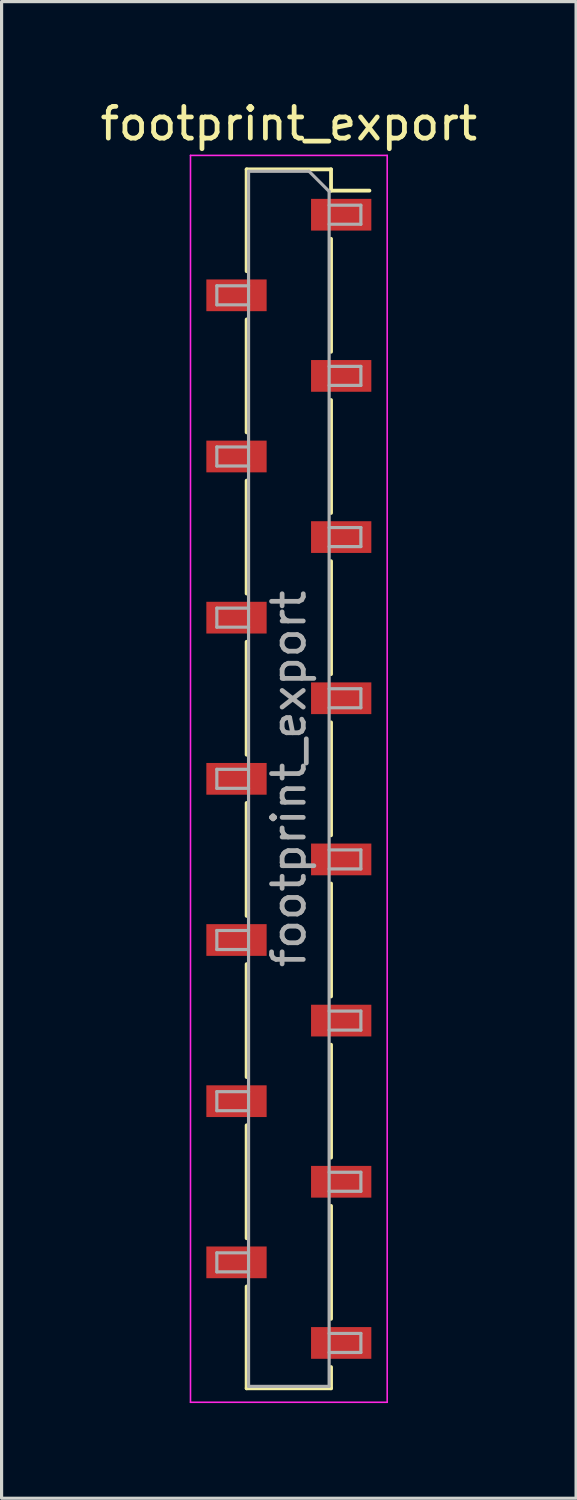
<source format=kicad_pcb>
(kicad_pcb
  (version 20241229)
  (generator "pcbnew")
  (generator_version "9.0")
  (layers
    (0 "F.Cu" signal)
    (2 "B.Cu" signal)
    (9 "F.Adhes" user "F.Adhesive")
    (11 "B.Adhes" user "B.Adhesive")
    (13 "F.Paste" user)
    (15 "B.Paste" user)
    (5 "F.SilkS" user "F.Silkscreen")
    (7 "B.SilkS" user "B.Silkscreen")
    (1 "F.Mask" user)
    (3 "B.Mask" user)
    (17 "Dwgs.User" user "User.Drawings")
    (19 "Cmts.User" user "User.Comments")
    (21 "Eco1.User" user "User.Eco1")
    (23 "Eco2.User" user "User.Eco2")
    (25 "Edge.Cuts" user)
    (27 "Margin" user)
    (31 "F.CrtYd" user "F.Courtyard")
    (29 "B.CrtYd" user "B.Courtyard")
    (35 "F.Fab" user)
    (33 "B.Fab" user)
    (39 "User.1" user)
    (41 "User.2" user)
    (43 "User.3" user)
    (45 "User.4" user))
  (footprint "footprint_export"
    (layer "F.Cu")
    (at 6.054 21.498)
    (property "Reference" "footprint_export" (at 0 -20.65 0) (layer "F.SilkS") (effects (font (size 1 1) (thickness 0.15))))
    (attr smd)
    (fp_line (start -1.33 -19.21) (end -1.33 -16) (stroke (width 0.12) (type solid)) (layer "F.SilkS"))
    (fp_line (start -1.33 -19.21) (end 1.33 -19.21) (stroke (width 0.12) (type solid)) (layer "F.SilkS"))
    (fp_line (start -1.33 -14.48) (end -1.33 -10.92) (stroke (width 0.12) (type solid)) (layer "F.SilkS"))
    (fp_line (start -1.33 -9.4) (end -1.33 -5.84) (stroke (width 0.12) (type solid)) (layer "F.SilkS"))
    (fp_line (start -1.33 -4.32) (end -1.33 -0.76) (stroke (width 0.12) (type solid)) (layer "F.SilkS"))
    (fp_line (start -1.33 0.76) (end -1.33 4.32) (stroke (width 0.12) (type solid)) (layer "F.SilkS"))
    (fp_line (start -1.33 5.84) (end -1.33 9.4) (stroke (width 0.12) (type solid)) (layer "F.SilkS"))
    (fp_line (start -1.33 10.92) (end -1.33 14.48) (stroke (width 0.12) (type solid)) (layer "F.SilkS"))
    (fp_line (start -1.33 16) (end -1.33 19.21) (stroke (width 0.12) (type solid)) (layer "F.SilkS"))
    (fp_line (start -1.33 19.21) (end 1.33 19.21) (stroke (width 0.12) (type solid)) (layer "F.SilkS"))
    (fp_line (start 1.33 -19.21) (end 1.33 -18.54) (stroke (width 0.12) (type solid)) (layer "F.SilkS"))
    (fp_line (start 1.33 -18.54) (end 2.54 -18.54) (stroke (width 0.12) (type solid)) (layer "F.SilkS"))
    (fp_line (start 1.33 -17.02) (end 1.33 -13.46) (stroke (width 0.12) (type solid)) (layer "F.SilkS"))
    (fp_line (start 1.33 -11.94) (end 1.33 -8.38) (stroke (width 0.12) (type solid)) (layer "F.SilkS"))
    (fp_line (start 1.33 -6.86) (end 1.33 -3.3) (stroke (width 0.12) (type solid)) (layer "F.SilkS"))
    (fp_line (start 1.33 -1.78) (end 1.33 1.78) (stroke (width 0.12) (type solid)) (layer "F.SilkS"))
    (fp_line (start 1.33 3.3) (end 1.33 6.86) (stroke (width 0.12) (type solid)) (layer "F.SilkS"))
    (fp_line (start 1.33 8.38) (end 1.33 11.94) (stroke (width 0.12) (type solid)) (layer "F.SilkS"))
    (fp_line (start 1.33 13.46) (end 1.33 17.02) (stroke (width 0.12) (type solid)) (layer "F.SilkS"))
    (fp_line (start 1.33 18.54) (end 1.33 19.21) (stroke (width 0.12) (type solid)) (layer "F.SilkS"))
    (fp_line (start -3.1 -19.65) (end 3.1 -19.65) (stroke (width 0.05) (type solid)) (layer "F.CrtYd"))
    (fp_line (start -3.1 19.65) (end -3.1 -19.65) (stroke (width 0.05) (type solid)) (layer "F.CrtYd"))
    (fp_line (start 3.1 -19.65) (end 3.1 19.65) (stroke (width 0.05) (type solid)) (layer "F.CrtYd"))
    (fp_line (start 3.1 19.65) (end -3.1 19.65) (stroke (width 0.05) (type solid)) (layer "F.CrtYd"))
    (fp_line (start -2.27 -15.54) (end -1.27 -15.54) (stroke (width 0.1) (type solid)) (layer "F.Fab"))
    (fp_line (start -2.27 -14.94) (end -2.27 -15.54) (stroke (width 0.1) (type solid)) (layer "F.Fab"))
    (fp_line (start -2.27 -10.46) (end -1.27 -10.46) (stroke (width 0.1) (type solid)) (layer "F.Fab"))
    (fp_line (start -2.27 -9.86) (end -2.27 -10.46) (stroke (width 0.1) (type solid)) (layer "F.Fab"))
    (fp_line (start -2.27 -5.38) (end -1.27 -5.38) (stroke (width 0.1) (type solid)) (layer "F.Fab"))
    (fp_line (start -2.27 -4.78) (end -2.27 -5.38) (stroke (width 0.1) (type solid)) (layer "F.Fab"))
    (fp_line (start -2.27 -0.3) (end -1.27 -0.3) (stroke (width 0.1) (type solid)) (layer "F.Fab"))
    (fp_line (start -2.27 0.3) (end -2.27 -0.3) (stroke (width 0.1) (type solid)) (layer "F.Fab"))
    (fp_line (start -2.27 4.78) (end -1.27 4.78) (stroke (width 0.1) (type solid)) (layer "F.Fab"))
    (fp_line (start -2.27 5.38) (end -2.27 4.78) (stroke (width 0.1) (type solid)) (layer "F.Fab"))
    (fp_line (start -2.27 9.86) (end -1.27 9.86) (stroke (width 0.1) (type solid)) (layer "F.Fab"))
    (fp_line (start -2.27 10.46) (end -2.27 9.86) (stroke (width 0.1) (type solid)) (layer "F.Fab"))
    (fp_line (start -2.27 14.94) (end -1.27 14.94) (stroke (width 0.1) (type solid)) (layer "F.Fab"))
    (fp_line (start -2.27 15.54) (end -2.27 14.94) (stroke (width 0.1) (type solid)) (layer "F.Fab"))
    (fp_line (start -1.27 -19.15) (end 0.635 -19.15) (stroke (width 0.1) (type solid)) (layer "F.Fab"))
    (fp_line (start -1.27 -14.94) (end -2.27 -14.94) (stroke (width 0.1) (type solid)) (layer "F.Fab"))
    (fp_line (start -1.27 -9.86) (end -2.27 -9.86) (stroke (width 0.1) (type solid)) (layer "F.Fab"))
    (fp_line (start -1.27 -4.78) (end -2.27 -4.78) (stroke (width 0.1) (type solid)) (layer "F.Fab"))
    (fp_line (start -1.27 0.3) (end -2.27 0.3) (stroke (width 0.1) (type solid)) (layer "F.Fab"))
    (fp_line (start -1.27 5.38) (end -2.27 5.38) (stroke (width 0.1) (type solid)) (layer "F.Fab"))
    (fp_line (start -1.27 10.46) (end -2.27 10.46) (stroke (width 0.1) (type solid)) (layer "F.Fab"))
    (fp_line (start -1.27 15.54) (end -2.27 15.54) (stroke (width 0.1) (type solid)) (layer "F.Fab"))
    (fp_line (start -1.27 19.15) (end -1.27 -19.15) (stroke (width 0.1) (type solid)) (layer "F.Fab"))
    (fp_line (start 0.635 -19.15) (end 1.27 -18.515) (stroke (width 0.1) (type solid)) (layer "F.Fab"))
    (fp_line (start 1.27 -18.515) (end 1.27 19.15) (stroke (width 0.1) (type solid)) (layer "F.Fab"))
    (fp_line (start 1.27 -18.08) (end 2.27 -18.08) (stroke (width 0.1) (type solid)) (layer "F.Fab"))
    (fp_line (start 1.27 -13) (end 2.27 -13) (stroke (width 0.1) (type solid)) (layer "F.Fab"))
    (fp_line (start 1.27 -7.92) (end 2.27 -7.92) (stroke (width 0.1) (type solid)) (layer "F.Fab"))
    (fp_line (start 1.27 -2.84) (end 2.27 -2.84) (stroke (width 0.1) (type solid)) (layer "F.Fab"))
    (fp_line (start 1.27 2.24) (end 2.27 2.24) (stroke (width 0.1) (type solid)) (layer "F.Fab"))
    (fp_line (start 1.27 7.32) (end 2.27 7.32) (stroke (width 0.1) (type solid)) (layer "F.Fab"))
    (fp_line (start 1.27 12.4) (end 2.27 12.4) (stroke (width 0.1) (type solid)) (layer "F.Fab"))
    (fp_line (start 1.27 17.48) (end 2.27 17.48) (stroke (width 0.1) (type solid)) (layer "F.Fab"))
    (fp_line (start 1.27 19.15) (end -1.27 19.15) (stroke (width 0.1) (type solid)) (layer "F.Fab"))
    (fp_line (start 2.27 -18.08) (end 2.27 -17.48) (stroke (width 0.1) (type solid)) (layer "F.Fab"))
    (fp_line (start 2.27 -17.48) (end 1.27 -17.48) (stroke (width 0.1) (type solid)) (layer "F.Fab"))
    (fp_line (start 2.27 -13) (end 2.27 -12.4) (stroke (width 0.1) (type solid)) (layer "F.Fab"))
    (fp_line (start 2.27 -12.4) (end 1.27 -12.4) (stroke (width 0.1) (type solid)) (layer "F.Fab"))
    (fp_line (start 2.27 -7.92) (end 2.27 -7.32) (stroke (width 0.1) (type solid)) (layer "F.Fab"))
    (fp_line (start 2.27 -7.32) (end 1.27 -7.32) (stroke (width 0.1) (type solid)) (layer "F.Fab"))
    (fp_line (start 2.27 -2.84) (end 2.27 -2.24) (stroke (width 0.1) (type solid)) (layer "F.Fab"))
    (fp_line (start 2.27 -2.24) (end 1.27 -2.24) (stroke (width 0.1) (type solid)) (layer "F.Fab"))
    (fp_line (start 2.27 2.24) (end 2.27 2.84) (stroke (width 0.1) (type solid)) (layer "F.Fab"))
    (fp_line (start 2.27 2.84) (end 1.27 2.84) (stroke (width 0.1) (type solid)) (layer "F.Fab"))
    (fp_line (start 2.27 7.32) (end 2.27 7.92) (stroke (width 0.1) (type solid)) (layer "F.Fab"))
    (fp_line (start 2.27 7.92) (end 1.27 7.92) (stroke (width 0.1) (type solid)) (layer "F.Fab"))
    (fp_line (start 2.27 12.4) (end 2.27 13) (stroke (width 0.1) (type solid)) (layer "F.Fab"))
    (fp_line (start 2.27 13) (end 1.27 13) (stroke (width 0.1) (type solid)) (layer "F.Fab"))
    (fp_line (start 2.27 17.48) (end 2.27 18.08) (stroke (width 0.1) (type solid)) (layer "F.Fab"))
    (fp_line (start 2.27 18.08) (end 1.27 18.08) (stroke (width 0.1) (type solid)) (layer "F.Fab"))
    (fp_text user "${REFERENCE}" (at 0 0 90) (layer "F.Fab") (effects (font (size 1 1) (thickness 0.15))))
    (pad "1" smd rect (at 1.65 -17.78) (size 1.9 1) (layers "F.Cu" "F.Mask" "F.Paste"))
    (pad "2" smd rect (at -1.65 -15.24) (size 1.9 1) (layers "F.Cu" "F.Mask" "F.Paste"))
    (pad "3" smd rect (at 1.65 -12.7) (size 1.9 1) (layers "F.Cu" "F.Mask" "F.Paste"))
    (pad "4" smd rect (at -1.65 -10.16) (size 1.9 1) (layers "F.Cu" "F.Mask" "F.Paste"))
    (pad "5" smd rect (at 1.65 -7.62) (size 1.9 1) (layers "F.Cu" "F.Mask" "F.Paste"))
    (pad "6" smd rect (at -1.65 -5.08) (size 1.9 1) (layers "F.Cu" "F.Mask" "F.Paste"))
    (pad "7" smd rect (at 1.65 -2.54) (size 1.9 1) (layers "F.Cu" "F.Mask" "F.Paste"))
    (pad "8" smd rect (at -1.65 0) (size 1.9 1) (layers "F.Cu" "F.Mask" "F.Paste"))
    (pad "9" smd rect (at 1.65 2.54) (size 1.9 1) (layers "F.Cu" "F.Mask" "F.Paste"))
    (pad "10" smd rect (at -1.65 5.08) (size 1.9 1) (layers "F.Cu" "F.Mask" "F.Paste"))
    (pad "11" smd rect (at 1.65 7.62) (size 1.9 1) (layers "F.Cu" "F.Mask" "F.Paste"))
    (pad "12" smd rect (at -1.65 10.16) (size 1.9 1) (layers "F.Cu" "F.Mask" "F.Paste"))
    (pad "13" smd rect (at 1.65 12.7) (size 1.9 1) (layers "F.Cu" "F.Mask" "F.Paste"))
    (pad "14" smd rect (at -1.65 15.24) (size 1.9 1) (layers "F.Cu" "F.Mask" "F.Paste"))
    (pad "15" smd rect (at 1.65 17.78) (size 1.9 1) (layers "F.Cu" "F.Mask" "F.Paste")))
  (gr_rect
    (start -3 -3)
    (end 15.107 44.173)
    (stroke (width 0.1) (type default))
    (fill no)
    (layer "Edge.Cuts")))
</source>
